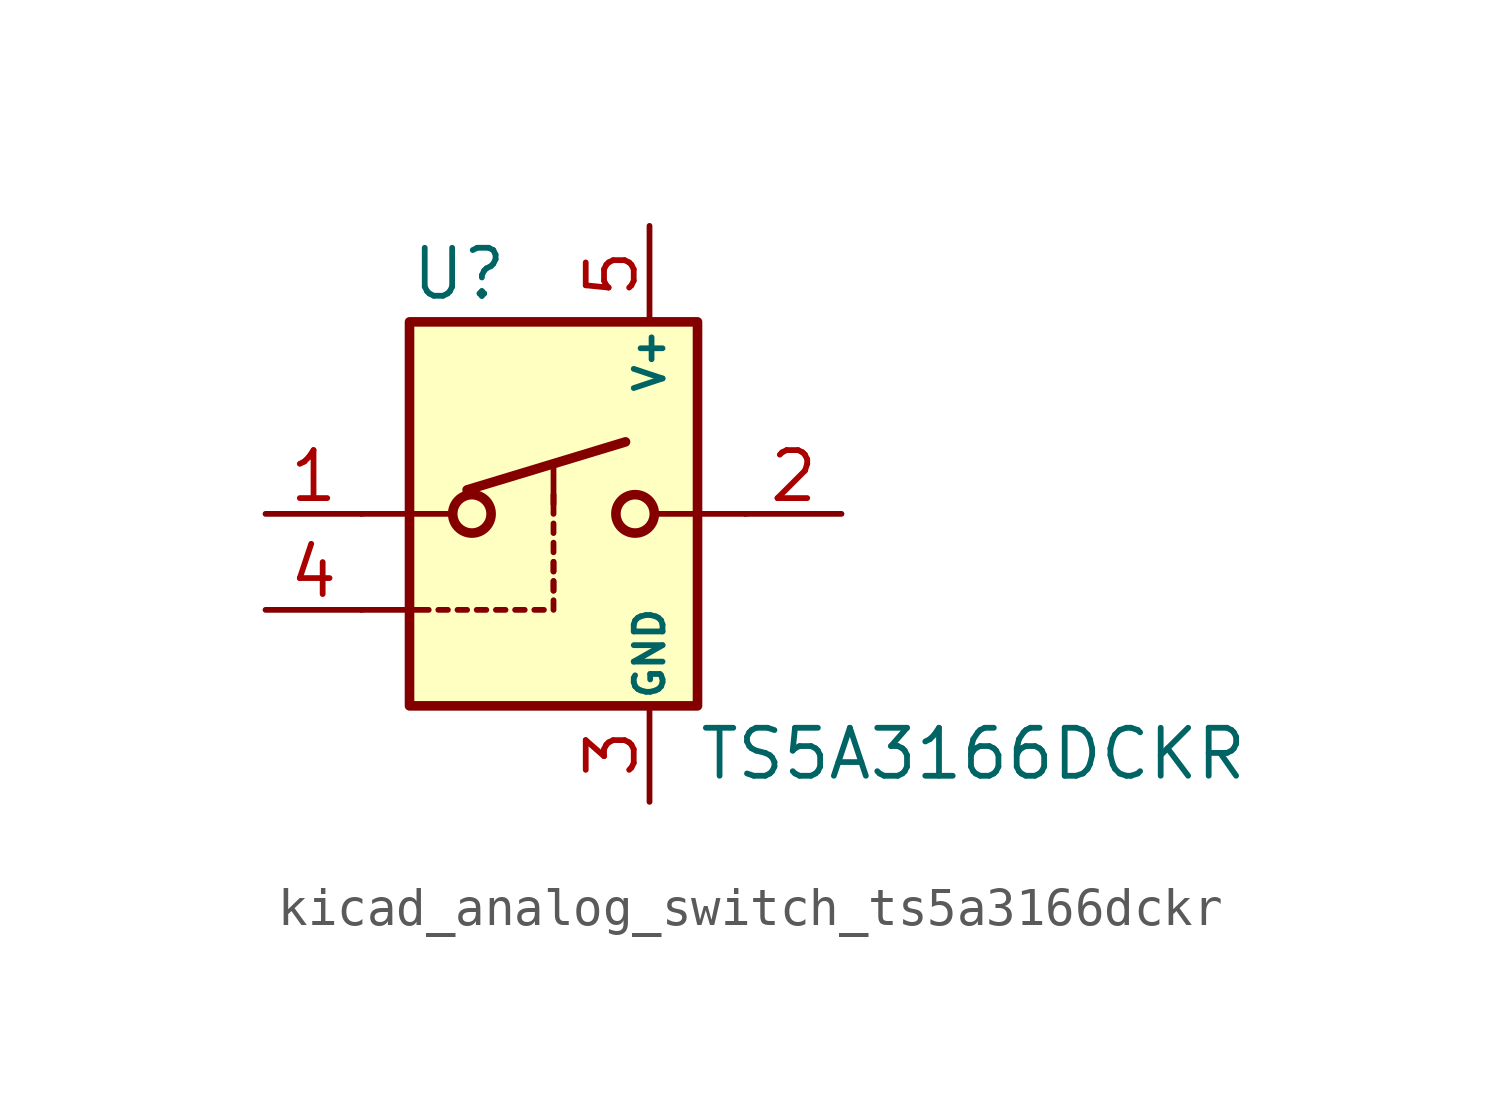
<source format=kicad_sym>
(kicad_symbol_lib
  (version 20220914)
  (generator kicad_symbol_editor)
  (symbol "kicad_analog_switch_ts5a3166dckr"
    (pin_names
      (offset 0.127))
    (property "Reference" "U"
      (at -3.81 6.35 0)
      (effects (font (size 1.27 1.27)) (justify left)))
    (property "Value" "TS5A3166DCKR"
      (at 3.81 -6.35 0)
      (effects (font (size 1.27 1.27)) (justify left)))
    (symbol "kicad_analog_switch_ts5a3166dckr_0_1"
      (polyline (pts (xy -5.08 -2.54) (xy -3.302 -2.54)) (stroke (width 0) (type default)) (fill (type none)))
      (polyline (pts (xy -3.048 -2.54) (xy -2.794 -2.54)) (stroke (width 0) (type default)) (fill (type none)))
      (polyline (pts (xy -2.54 -2.54) (xy -2.286 -2.54)) (stroke (width 0) (type default)) (fill (type none)))
      (polyline (pts (xy -2.032 -2.54) (xy -1.778 -2.54)) (stroke (width 0) (type default)) (fill (type none)))
      (polyline (pts (xy -1.524 -2.54) (xy -1.27 -2.54)) (stroke (width 0) (type default)) (fill (type none)))
      (polyline (pts (xy -1.016 -2.54) (xy -0.762 -2.54)) (stroke (width 0) (type default)) (fill (type none)))
      (polyline (pts (xy -0.508 -2.54) (xy -0.254 -2.54)) (stroke (width 0) (type default)) (fill (type none)))
      (polyline (pts (xy 0 -2.032) (xy 0 -1.778)) (stroke (width 0) (type default)) (fill (type none)))
      (polyline (pts (xy 0 -1.524) (xy 0 -1.27)) (stroke (width 0) (type default)) (fill (type none))))
    (symbol "kicad_analog_switch_ts5a3166dckr_1_1"
      (rectangle (start -3.81 5.08) (end 3.81 -5.08) (stroke (width 0.254) (type default)) (fill (type background)))
      (circle (center -2.159 0) (radius 0.508) (stroke (width 0.254) (type default)) (fill (type none)))
      (polyline (pts (xy -5.08 0) (xy -2.794 0)) (stroke (width 0) (type default)) (fill (type none)))
      (polyline (pts (xy -2.286 0.635) (xy 1.905 1.905)) (stroke (width 0.254) (type default)) (fill (type none)))
      (polyline (pts (xy 0 -2.54) (xy 0 -2.286)) (stroke (width 0) (type default)) (fill (type none)))
      (polyline (pts (xy 0 -2.032) (xy 0 -1.778)) (stroke (width 0) (type default)) (fill (type none)))
      (polyline (pts (xy 0 -1.524) (xy 0 -1.27)) (stroke (width 0) (type default)) (fill (type none)))
      (polyline (pts (xy 0 -1.016) (xy 0 -0.762)) (stroke (width 0) (type default)) (fill (type none)))
      (polyline (pts (xy 0 -0.508) (xy 0 -0.254)) (stroke (width 0) (type default)) (fill (type none)))
      (polyline (pts (xy 0 0) (xy 0 0.508)) (stroke (width 0) (type default)) (fill (type none)))
      (polyline (pts (xy 0 0.254) (xy 0 1.27)) (stroke (width 0) (type default)) (fill (type none)))
      (polyline (pts (xy 5.08 0) (xy 2.794 0)) (stroke (width 0) (type default)) (fill (type none)))
      (circle (center 2.159 0) (radius 0.508) (stroke (width 0.254) (type default)) (fill (type none)))
      (pin passive line (at -7.62 0 0) (length 2.54) (name "~" (effects (font (size 1.27 1.27)))) (number "1" (effects (font (size 1.27 1.27)))))
      (pin passive line (at 7.62 0 180) (length 2.54) (name "~" (effects (font (size 1.27 1.27)))) (number "2" (effects (font (size 1.27 1.27)))))
      (pin power_in line (at 2.54 -7.62 90) (length 2.54) (name "GND" (effects (font (size 0.762 0.762)))) (number "3" (effects (font (size 1.27 1.27)))))
      (pin input line (at -7.62 -2.54 0) (length 2.54) (name "~" (effects (font (size 1.27 1.27)))) (number "4" (effects (font (size 1.27 1.27)))))
      (pin power_in line (at 2.54 7.62 270) (length 2.54) (name "V+" (effects (font (size 0.762 0.762)))) (number "5" (effects (font (size 1.27 1.27))))))))
</source>
